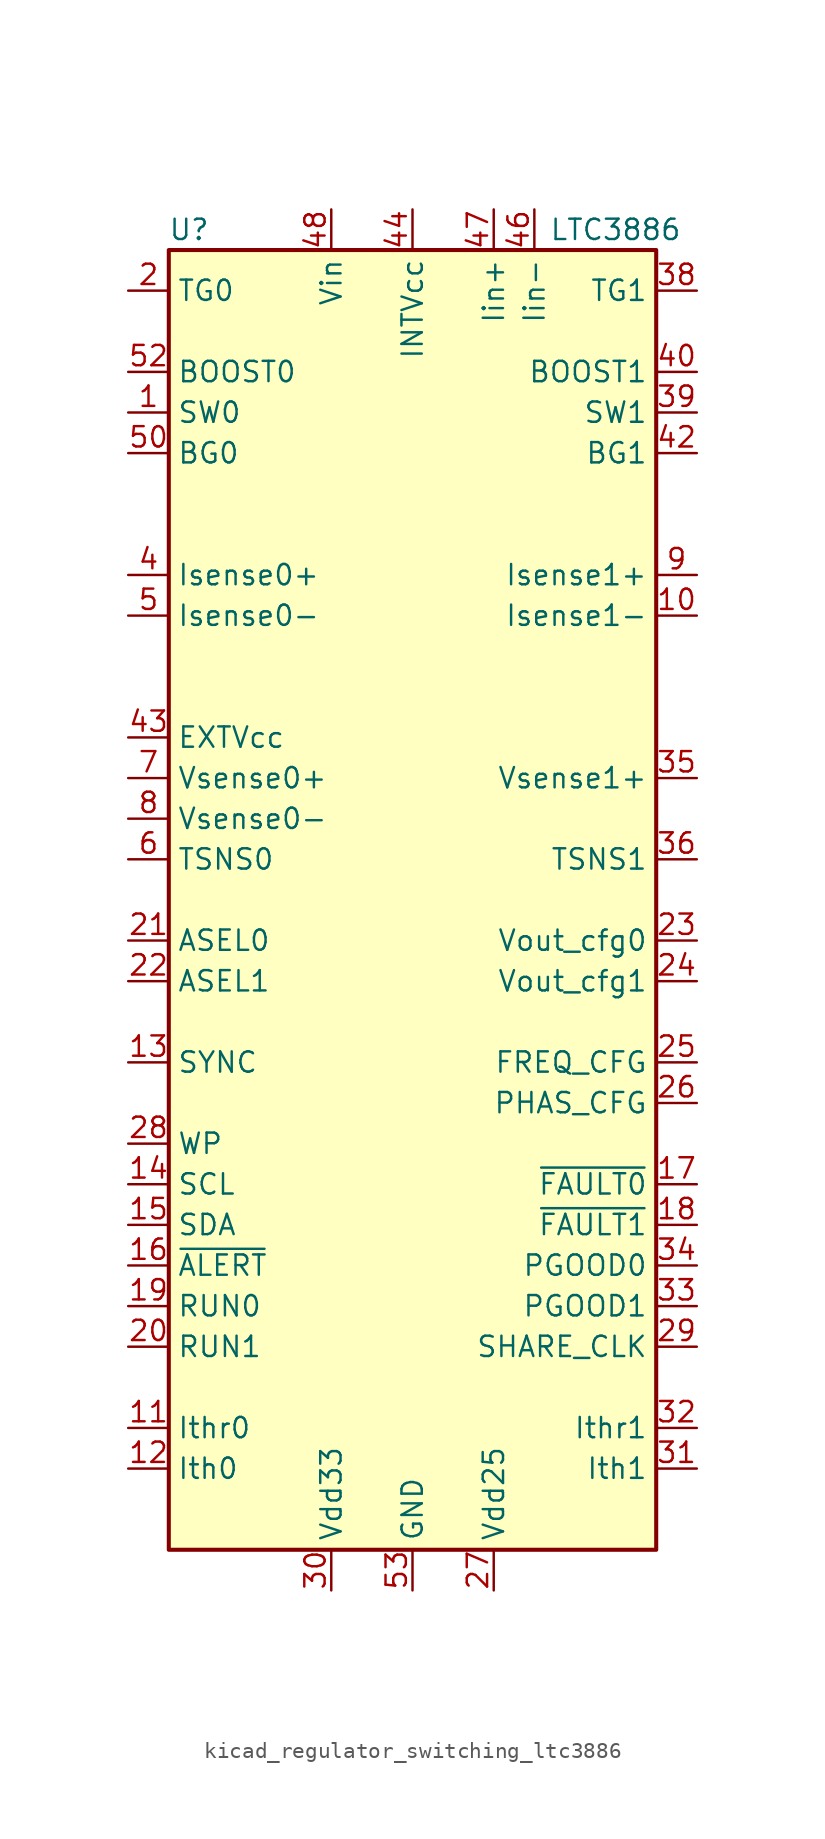
<source format=kicad_sym>
(kicad_symbol_lib
  (version 20220914)
  (generator kicad_symbol_editor)
  (symbol "kicad_regulator_switching_ltc3886"
    (property "Reference" "U"
      (at -13.97 3.81 0)
      (effects (font (size 1.27 1.27))))
    (property "Value" "LTC3886"
      (at 12.7 3.81 0)
      (effects (font (size 1.27 1.27))))
    (symbol "kicad_regulator_switching_ltc3886_0_1"
      (rectangle (start -15.24 2.54) (end 15.24 -78.74) (stroke (width 0.254) (type default)) (fill (type background))))
    (symbol "kicad_regulator_switching_ltc3886_1_1"
      (pin output line (at -17.78 -7.62 0) (length 2.54) (name "SW0" (effects (font (size 1.27 1.27)))) (number "1" (effects (font (size 1.27 1.27)))))
      (pin input line (at 17.78 -20.32 180) (length 2.54) (name "Isense1-" (effects (font (size 1.27 1.27)))) (number "10" (effects (font (size 1.27 1.27)))))
      (pin input line (at -17.78 -71.12 0) (length 2.54) (name "Ithr0" (effects (font (size 1.27 1.27)))) (number "11" (effects (font (size 1.27 1.27)))))
      (pin input line (at -17.78 -73.66 0) (length 2.54) (name "Ith0" (effects (font (size 1.27 1.27)))) (number "12" (effects (font (size 1.27 1.27)))))
      (pin input line (at -17.78 -48.26 0) (length 2.54) (name "SYNC" (effects (font (size 1.27 1.27)))) (number "13" (effects (font (size 1.27 1.27)))))
      (pin input line (at -17.78 -55.88 0) (length 2.54) (name "SCL" (effects (font (size 1.27 1.27)))) (number "14" (effects (font (size 1.27 1.27)))))
      (pin bidirectional line (at -17.78 -58.42 0) (length 2.54) (name "SDA" (effects (font (size 1.27 1.27)))) (number "15" (effects (font (size 1.27 1.27)))))
      (pin output line (at -17.78 -60.96 0) (length 2.54) (name "~{ALERT}" (effects (font (size 1.27 1.27)))) (number "16" (effects (font (size 1.27 1.27)))))
      (pin output line (at 17.78 -55.88 180) (length 2.54) (name "~{FAULT0}" (effects (font (size 1.27 1.27)))) (number "17" (effects (font (size 1.27 1.27)))))
      (pin output line (at 17.78 -58.42 180) (length 2.54) (name "~{FAULT1}" (effects (font (size 1.27 1.27)))) (number "18" (effects (font (size 1.27 1.27)))))
      (pin input line (at -17.78 -63.5 0) (length 2.54) (name "RUN0" (effects (font (size 1.27 1.27)))) (number "19" (effects (font (size 1.27 1.27)))))
      (pin output line (at -17.78 0 0) (length 2.54) (name "TG0" (effects (font (size 1.27 1.27)))) (number "2" (effects (font (size 1.27 1.27)))))
      (pin input line (at -17.78 -66.04 0) (length 2.54) (name "RUN1" (effects (font (size 1.27 1.27)))) (number "20" (effects (font (size 1.27 1.27)))))
      (pin input line (at -17.78 -40.64 0) (length 2.54) (name "ASEL0" (effects (font (size 1.27 1.27)))) (number "21" (effects (font (size 1.27 1.27)))))
      (pin input line (at -17.78 -43.18 0) (length 2.54) (name "ASEL1" (effects (font (size 1.27 1.27)))) (number "22" (effects (font (size 1.27 1.27)))))
      (pin input line (at 17.78 -40.64 180) (length 2.54) (name "Vout_cfg0" (effects (font (size 1.27 1.27)))) (number "23" (effects (font (size 1.27 1.27)))))
      (pin input line (at 17.78 -43.18 180) (length 2.54) (name "Vout_cfg1" (effects (font (size 1.27 1.27)))) (number "24" (effects (font (size 1.27 1.27)))))
      (pin input line (at 17.78 -48.26 180) (length 2.54) (name "FREQ_CFG" (effects (font (size 1.27 1.27)))) (number "25" (effects (font (size 1.27 1.27)))))
      (pin input line (at 17.78 -50.8 180) (length 2.54) (name "PHAS_CFG" (effects (font (size 1.27 1.27)))) (number "26" (effects (font (size 1.27 1.27)))))
      (pin power_out line (at 5.08 -81.28 90) (length 2.54) (name "Vdd25" (effects (font (size 1.27 1.27)))) (number "27" (effects (font (size 1.27 1.27)))))
      (pin input line (at -17.78 -53.34 0) (length 2.54) (name "WP" (effects (font (size 1.27 1.27)))) (number "28" (effects (font (size 1.27 1.27)))))
      (pin input line (at 17.78 -66.04 180) (length 2.54) (name "SHARE_CLK" (effects (font (size 1.27 1.27)))) (number "29" (effects (font (size 1.27 1.27)))))
      (pin power_out line (at -5.08 -81.28 90) (length 2.54) (name "Vdd33" (effects (font (size 1.27 1.27)))) (number "30" (effects (font (size 1.27 1.27)))))
      (pin input line (at 17.78 -73.66 180) (length 2.54) (name "Ith1" (effects (font (size 1.27 1.27)))) (number "31" (effects (font (size 1.27 1.27)))))
      (pin input line (at 17.78 -71.12 180) (length 2.54) (name "Ithr1" (effects (font (size 1.27 1.27)))) (number "32" (effects (font (size 1.27 1.27)))))
      (pin output line (at 17.78 -63.5 180) (length 2.54) (name "PGOOD1" (effects (font (size 1.27 1.27)))) (number "33" (effects (font (size 1.27 1.27)))))
      (pin output line (at 17.78 -60.96 180) (length 2.54) (name "PGOOD0" (effects (font (size 1.27 1.27)))) (number "34" (effects (font (size 1.27 1.27)))))
      (pin input line (at 17.78 -30.48 180) (length 2.54) (name "Vsense1+" (effects (font (size 1.27 1.27)))) (number "35" (effects (font (size 1.27 1.27)))))
      (pin input line (at 17.78 -35.56 180) (length 2.54) (name "TSNS1" (effects (font (size 1.27 1.27)))) (number "36" (effects (font (size 1.27 1.27)))))
      (pin output line (at 17.78 0 180) (length 2.54) (name "TG1" (effects (font (size 1.27 1.27)))) (number "38" (effects (font (size 1.27 1.27)))))
      (pin output line (at 17.78 -7.62 180) (length 2.54) (name "SW1" (effects (font (size 1.27 1.27)))) (number "39" (effects (font (size 1.27 1.27)))))
      (pin input line (at -17.78 -17.78 0) (length 2.54) (name "Isense0+" (effects (font (size 1.27 1.27)))) (number "4" (effects (font (size 1.27 1.27)))))
      (pin output line (at 17.78 -5.08 180) (length 2.54) (name "BOOST1" (effects (font (size 1.27 1.27)))) (number "40" (effects (font (size 1.27 1.27)))))
      (pin output line (at 17.78 -10.16 180) (length 2.54) (name "BG1" (effects (font (size 1.27 1.27)))) (number "42" (effects (font (size 1.27 1.27)))))
      (pin power_in line (at -17.78 -27.94 0) (length 2.54) (name "EXTVcc" (effects (font (size 1.27 1.27)))) (number "43" (effects (font (size 1.27 1.27)))))
      (pin power_out line (at 0 5.08 270) (length 2.54) (name "INTVcc" (effects (font (size 1.27 1.27)))) (number "44" (effects (font (size 1.27 1.27)))))
      (pin input line (at 7.62 5.08 270) (length 2.54) (name "Iin-" (effects (font (size 1.27 1.27)))) (number "46" (effects (font (size 1.27 1.27)))))
      (pin input line (at 5.08 5.08 270) (length 2.54) (name "Iin+" (effects (font (size 1.27 1.27)))) (number "47" (effects (font (size 1.27 1.27)))))
      (pin power_in line (at -5.08 5.08 270) (length 2.54) (name "Vin" (effects (font (size 1.27 1.27)))) (number "48" (effects (font (size 1.27 1.27)))))
      (pin input line (at -17.78 -20.32 0) (length 2.54) (name "Isense0-" (effects (font (size 1.27 1.27)))) (number "5" (effects (font (size 1.27 1.27)))))
      (pin output line (at -17.78 -10.16 0) (length 2.54) (name "BG0" (effects (font (size 1.27 1.27)))) (number "50" (effects (font (size 1.27 1.27)))))
      (pin output line (at -17.78 -5.08 0) (length 2.54) (name "BOOST0" (effects (font (size 1.27 1.27)))) (number "52" (effects (font (size 1.27 1.27)))))
      (pin power_in line (at 0 -81.28 90) (length 2.54) (name "GND" (effects (font (size 1.27 1.27)))) (number "53" (effects (font (size 1.27 1.27)))))
      (pin input line (at -17.78 -35.56 0) (length 2.54) (name "TSNS0" (effects (font (size 1.27 1.27)))) (number "6" (effects (font (size 1.27 1.27)))))
      (pin input line (at -17.78 -30.48 0) (length 2.54) (name "Vsense0+" (effects (font (size 1.27 1.27)))) (number "7" (effects (font (size 1.27 1.27)))))
      (pin input line (at -17.78 -33.02 0) (length 2.54) (name "Vsense0-" (effects (font (size 1.27 1.27)))) (number "8" (effects (font (size 1.27 1.27)))))
      (pin input line (at 17.78 -17.78 180) (length 2.54) (name "Isense1+" (effects (font (size 1.27 1.27)))) (number "9" (effects (font (size 1.27 1.27))))))))
</source>
